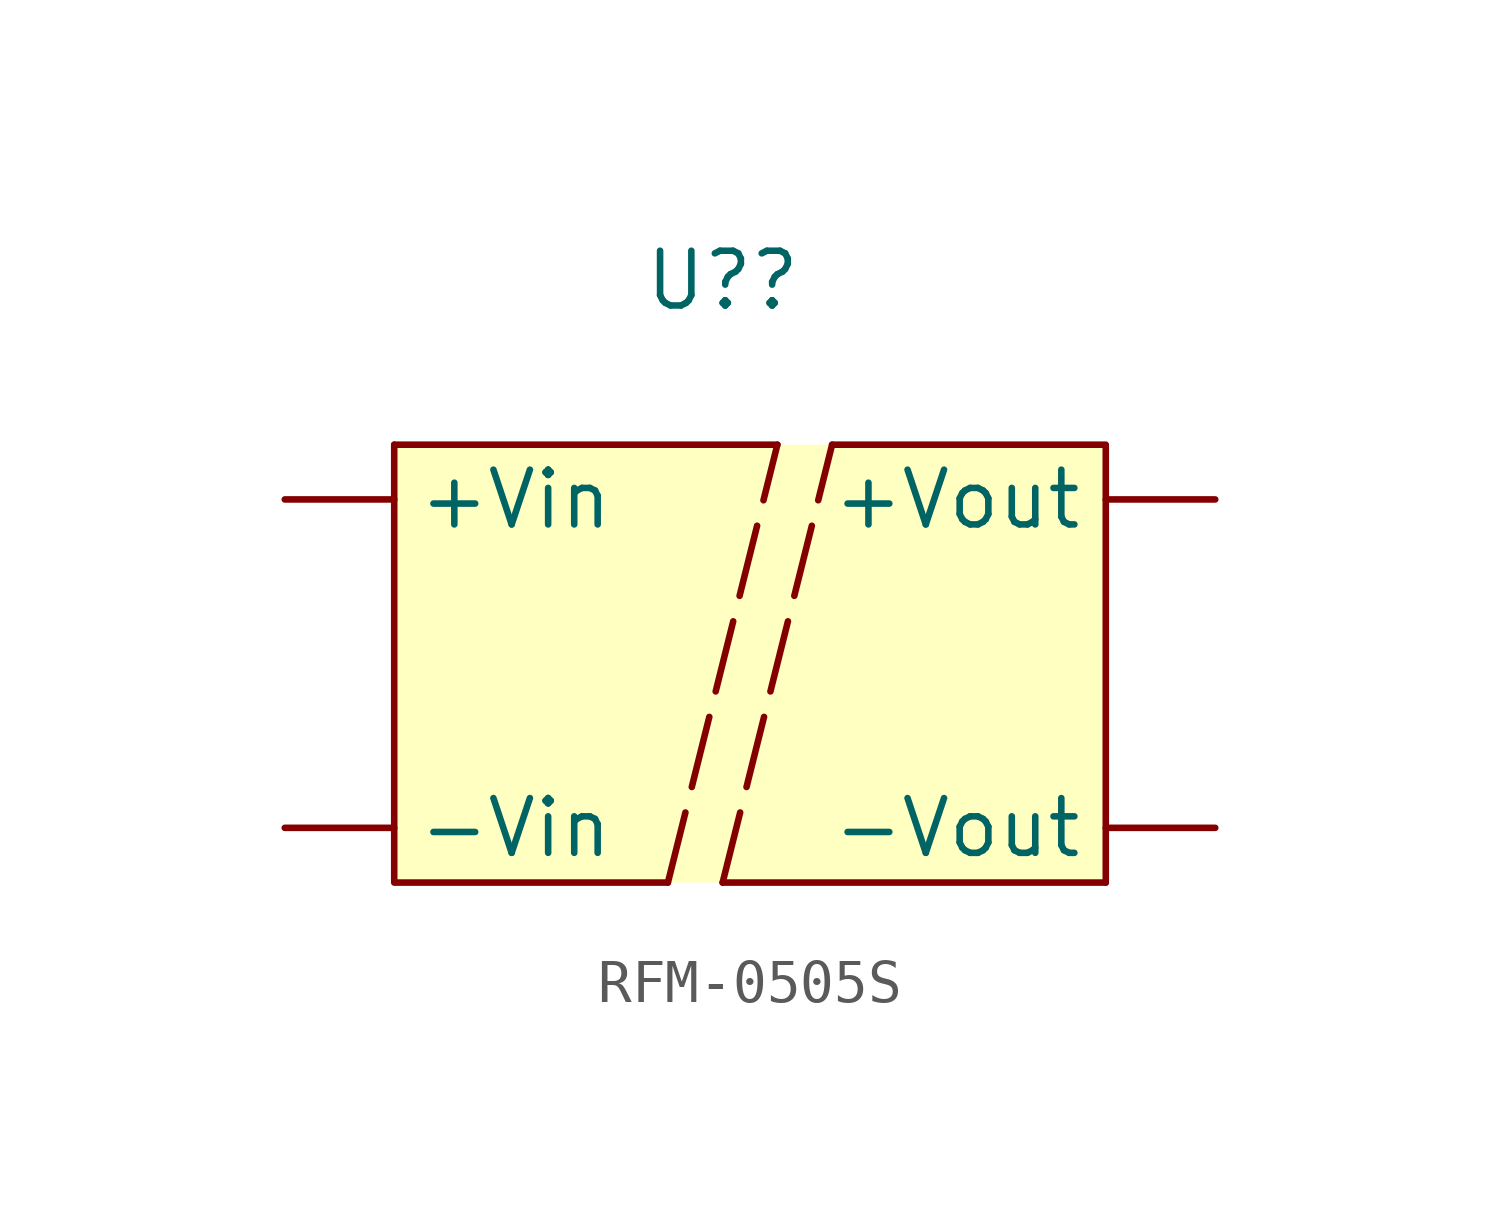
<source format=kicad_sym>
(kicad_symbol_lib
  (version 20220914)
  (generator kicad_symbol_editor)
  (symbol "RFM-0505S"
    (property "Reference" "U?"
      (at 0 3.81 0)
      (effects (font (size 1.27 1.27))))
    (property "Value" ""
      (at 0 3.81 0)
      (effects (font (size 1.27 1.27))))
    (symbol "RFM-0505S_0_1"
      (rectangle (start -7.62 0) (end 8.89 -10.16) (stroke (width -0.0001) (type default)) (fill (type background)))
      (polyline (pts (xy -1.27 -10.16) (xy 1.27 0)) (stroke (width 0) (type dash)) (fill (type none)))
      (polyline (pts (xy 0 -10.16) (xy 2.54 0)) (stroke (width 0) (type dash)) (fill (type none)))
      (polyline (pts (xy 1.27 0) (xy -7.62 0)) (stroke (width 0) (type default)) (fill (type none)))
      (polyline (pts (xy 8.89 -10.16) (xy 0 -10.16)) (stroke (width 0) (type default)) (fill (type none)))
      (polyline (pts (xy -7.62 0) (xy -7.62 -10.16) (xy -1.27 -10.16)) (stroke (width 0) (type default)) (fill (type none)))
      (polyline (pts (xy 8.89 -10.16) (xy 8.89 0) (xy 2.54 0)) (stroke (width 0) (type default)) (fill (type none))))
    (symbol "RFM-0505S_1_1"
      (pin input line (at -10.16 -1.27 0) (length 2.54) (name "+Vin" (effects (font (size 1.27 1.27)))) (number "" (effects (font (size 1.27 1.27)))))
      (pin input line (at 11.43 -1.27 180) (length 2.54) (name "+Vout" (effects (font (size 1.27 1.27)))) (number "" (effects (font (size 1.27 1.27)))))
      (pin input line (at -10.16 -8.89 0) (length 2.54) (name "-Vin" (effects (font (size 1.27 1.27)))) (number "" (effects (font (size 1.27 1.27)))))
      (pin input line (at 11.43 -8.89 180) (length 2.54) (name "-Vout" (effects (font (size 1.27 1.27)))) (number "" (effects (font (size 1.27 1.27))))))))
</source>
